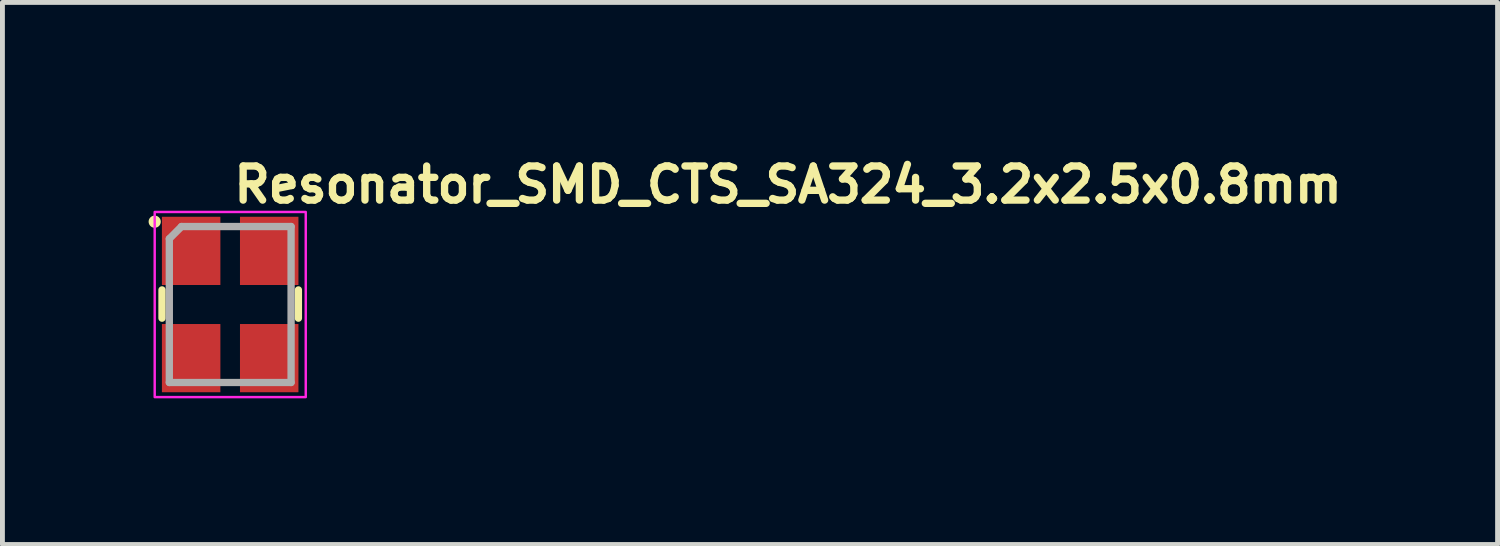
<source format=kicad_pcb>
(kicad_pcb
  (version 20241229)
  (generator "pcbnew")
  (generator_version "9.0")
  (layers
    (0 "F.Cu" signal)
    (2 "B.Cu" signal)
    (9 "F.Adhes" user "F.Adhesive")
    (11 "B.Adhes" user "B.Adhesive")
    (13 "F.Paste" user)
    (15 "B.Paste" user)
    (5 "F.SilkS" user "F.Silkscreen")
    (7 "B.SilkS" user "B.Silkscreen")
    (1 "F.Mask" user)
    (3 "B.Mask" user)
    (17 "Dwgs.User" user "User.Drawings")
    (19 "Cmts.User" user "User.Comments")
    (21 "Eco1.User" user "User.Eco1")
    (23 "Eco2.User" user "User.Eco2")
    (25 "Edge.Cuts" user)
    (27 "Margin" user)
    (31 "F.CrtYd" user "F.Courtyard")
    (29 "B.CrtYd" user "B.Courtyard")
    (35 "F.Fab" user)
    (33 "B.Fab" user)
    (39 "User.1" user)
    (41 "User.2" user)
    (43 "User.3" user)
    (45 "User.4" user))
  (footprint "Resonator_SMD_CTS_SA324_3.2x2.5x0.8mm"
    (layer "F.Cu")
    (at 1.675 3.2)
    (property "Reference" "Resonator_SMD_CTS_SA324_3.2x2.5x0.8mm" (at 0 -2.05 0) (layer "F.SilkS") (effects (font (size 0.7 0.7) (thickness 0.15)) (justify left bottom)))
    (attr smd)
    (fp_line (start -1.4 -0.3) (end -1.4 0.28) (stroke (width 0.15) (type solid)) (layer "F.SilkS"))
    (fp_line (start 1.399 -0.3) (end 1.399 0.28) (stroke (width 0.15) (type solid)) (layer "F.SilkS"))
    (fp_circle (center -1.55 -1.7) (end -1.5 -1.7) (stroke (width 0.15) (type solid)) (fill yes) (layer "F.SilkS"))
    (fp_rect (start -1.55 -1.9) (end 1.55 1.9) (stroke (width 0.05) (type solid)) (fill no) (layer "F.CrtYd"))
    (fp_line (start -1.25 -1.35) (end -1.25 1.6) (stroke (width 0.15) (type solid)) (layer "F.Fab"))
    (fp_line (start -1.25 -1.35) (end -1 -1.601) (stroke (width 0.15) (type solid)) (layer "F.Fab"))
    (fp_line (start -1 -1.601) (end 1.249 -1.601) (stroke (width 0.15) (type solid)) (layer "F.Fab"))
    (fp_line (start 1.249 -1.601) (end 1.249 1.6) (stroke (width 0.15) (type solid)) (layer "F.Fab"))
    (fp_line (start 1.249 1.6) (end -1.25 1.6) (stroke (width 0.15) (type solid)) (layer "F.Fab"))
    (fp_rect (start -1.25 -1.601) (end 1.249 1.6) (stroke (width 0.1) (type solid)) (fill no) (layer "User.5"))
    (fp_line (start -1.25 -1.414) (end -1.25 1.411) (stroke (width 0.02) (type solid)) (layer "User.9"))
    (fp_line (start -1.25 -1.414) (end -1.242 -1.414) (stroke (width 0.02) (type solid)) (layer "User.9"))
    (fp_line (start -1.25 1.411) (end -1.242 1.411) (stroke (width 0.02) (type solid)) (layer "User.9"))
    (fp_line (start -1.242 -1.414) (end -1.232 -1.414) (stroke (width 0.02) (type solid)) (layer "User.9"))
    (fp_line (start -1.242 1.411) (end -1.232 1.413) (stroke (width 0.02) (type solid)) (layer "User.9"))
    (fp_line (start -1.232 -1.414) (end -1.224 -1.416) (stroke (width 0.02) (type solid)) (layer "User.9"))
    (fp_line (start -1.232 1.413) (end -1.224 1.413) (stroke (width 0.02) (type solid)) (layer "User.9"))
    (fp_line (start -1.224 -1.416) (end -1.214 -1.418) (stroke (width 0.02) (type solid)) (layer "User.9"))
    (fp_line (start -1.224 1.413) (end -1.214 1.415) (stroke (width 0.02) (type solid)) (layer "User.9"))
    (fp_line (start -1.214 -1.418) (end -1.206 -1.42) (stroke (width 0.02) (type solid)) (layer "User.9"))
    (fp_line (start -1.214 1.415) (end -1.206 1.417) (stroke (width 0.02) (type solid)) (layer "User.9"))
    (fp_line (start -1.206 -1.42) (end -1.196 -1.422) (stroke (width 0.02) (type solid)) (layer "User.9"))
    (fp_line (start -1.206 1.417) (end -1.196 1.419) (stroke (width 0.02) (type solid)) (layer "User.9"))
    (fp_line (start -1.196 -1.422) (end -1.188 -1.424) (stroke (width 0.02) (type solid)) (layer "User.9"))
    (fp_line (start -1.196 1.419) (end -1.188 1.423) (stroke (width 0.02) (type solid)) (layer "User.9"))
    (fp_line (start -1.188 -1.424) (end -1.18 -1.428) (stroke (width 0.02) (type solid)) (layer "User.9"))
    (fp_line (start -1.188 1.423) (end -1.18 1.425) (stroke (width 0.02) (type solid)) (layer "User.9"))
    (fp_line (start -1.18 -1.428) (end -1.17 -1.432) (stroke (width 0.02) (type solid)) (layer "User.9"))
    (fp_line (start -1.18 1.425) (end -1.17 1.429) (stroke (width 0.02) (type solid)) (layer "User.9"))
    (fp_line (start -1.17 -1.432) (end -1.162 -1.436) (stroke (width 0.02) (type solid)) (layer "User.9"))
    (fp_line (start -1.17 1.429) (end -1.162 1.433) (stroke (width 0.02) (type solid)) (layer "User.9"))
    (fp_line (start -1.162 -1.436) (end -1.154 -1.44) (stroke (width 0.02) (type solid)) (layer "User.9"))
    (fp_line (start -1.162 1.433) (end -1.154 1.439) (stroke (width 0.02) (type solid)) (layer "User.9"))
    (fp_line (start -1.154 -1.44) (end -1.147 -1.446) (stroke (width 0.02) (type solid)) (layer "User.9"))
    (fp_line (start -1.154 1.439) (end -1.147 1.443) (stroke (width 0.02) (type solid)) (layer "User.9"))
    (fp_line (start -1.147 -1.446) (end -1.139 -1.45) (stroke (width 0.02) (type solid)) (layer "User.9"))
    (fp_line (start -1.147 1.443) (end -1.139 1.449) (stroke (width 0.02) (type solid)) (layer "User.9"))
    (fp_line (start -1.139 -1.45) (end -1.133 -1.456) (stroke (width 0.02) (type solid)) (layer "User.9"))
    (fp_line (start -1.139 1.449) (end -1.133 1.453) (stroke (width 0.02) (type solid)) (layer "User.9"))
    (fp_line (start -1.133 -1.456) (end -1.125 -1.462) (stroke (width 0.02) (type solid)) (layer "User.9"))
    (fp_line (start -1.133 1.453) (end -1.125 1.461) (stroke (width 0.02) (type solid)) (layer "User.9"))
    (fp_line (start -1.125 -1.462) (end -1.119 -1.468) (stroke (width 0.02) (type solid)) (layer "User.9"))
    (fp_line (start -1.125 -1.307) (end -1.123 -1.317) (stroke (width 0.02) (type solid)) (layer "User.9"))
    (fp_line (start -1.125 -1.297) (end -1.125 -1.307) (stroke (width 0.02) (type solid)) (layer "User.9"))
    (fp_line (start -1.125 -1.289) (end -1.125 -1.297) (stroke (width 0.02) (type solid)) (layer "User.9"))
    (fp_line (start -1.125 1.286) (end -1.125 -1.289) (stroke (width 0.02) (type solid)) (layer "User.9"))
    (fp_line (start -1.125 1.296) (end -1.125 1.286) (stroke (width 0.02) (type solid)) (layer "User.9"))
    (fp_line (start -1.125 1.306) (end -1.125 1.296) (stroke (width 0.02) (type solid)) (layer "User.9"))
    (fp_line (start -1.125 1.461) (end -1.119 1.467) (stroke (width 0.02) (type solid)) (layer "User.9"))
    (fp_line (start -1.123 -1.325) (end -1.121 -1.335) (stroke (width 0.02) (type solid)) (layer "User.9"))
    (fp_line (start -1.123 -1.317) (end -1.123 -1.325) (stroke (width 0.02) (type solid)) (layer "User.9"))
    (fp_line (start -1.123 1.314) (end -1.125 1.306) (stroke (width 0.02) (type solid)) (layer "User.9"))
    (fp_line (start -1.123 1.324) (end -1.123 1.314) (stroke (width 0.02) (type solid)) (layer "User.9"))
    (fp_line (start -1.121 -1.335) (end -1.117 -1.343) (stroke (width 0.02) (type solid)) (layer "User.9"))
    (fp_line (start -1.121 1.332) (end -1.123 1.324) (stroke (width 0.02) (type solid)) (layer "User.9"))
    (fp_line (start -1.119 -1.468) (end -1.119 -1.468) (stroke (width 0.02) (type solid)) (layer "User.9"))
    (fp_line (start -1.119 -1.468) (end -1.113 -1.476) (stroke (width 0.02) (type solid)) (layer "User.9"))
    (fp_line (start -1.119 1.467) (end -1.119 1.467) (stroke (width 0.02) (type solid)) (layer "User.9"))
    (fp_line (start -1.119 1.467) (end -1.113 1.473) (stroke (width 0.02) (type solid)) (layer "User.9"))
    (fp_line (start -1.117 -1.343) (end -1.115 -1.351) (stroke (width 0.02) (type solid)) (layer "User.9"))
    (fp_line (start -1.117 1.342) (end -1.121 1.332) (stroke (width 0.02) (type solid)) (layer "User.9"))
    (fp_line (start -1.115 -1.351) (end -1.111 -1.361) (stroke (width 0.02) (type solid)) (layer "User.9"))
    (fp_line (start -1.115 1.35) (end -1.117 1.342) (stroke (width 0.02) (type solid)) (layer "User.9"))
    (fp_line (start -1.113 -1.476) (end -1.105 -1.482) (stroke (width 0.02) (type solid)) (layer "User.9"))
    (fp_line (start -1.113 1.473) (end -1.105 1.481) (stroke (width 0.02) (type solid)) (layer "User.9"))
    (fp_line (start -1.111 -1.361) (end -1.109 -1.369) (stroke (width 0.02) (type solid)) (layer "User.9"))
    (fp_line (start -1.111 1.358) (end -1.115 1.35) (stroke (width 0.02) (type solid)) (layer "User.9"))
    (fp_line (start -1.109 -1.369) (end -1.103 -1.377) (stroke (width 0.02) (type solid)) (layer "User.9"))
    (fp_line (start -1.109 1.366) (end -1.111 1.358) (stroke (width 0.02) (type solid)) (layer "User.9"))
    (fp_line (start -1.105 -1.482) (end -1.101 -1.49) (stroke (width 0.02) (type solid)) (layer "User.9"))
    (fp_line (start -1.105 1.481) (end -1.101 1.487) (stroke (width 0.02) (type solid)) (layer "User.9"))
    (fp_line (start -1.103 -1.377) (end -1.099 -1.385) (stroke (width 0.02) (type solid)) (layer "User.9"))
    (fp_line (start -1.103 1.374) (end -1.109 1.366) (stroke (width 0.02) (type solid)) (layer "User.9"))
    (fp_line (start -1.101 -1.49) (end -1.095 -1.496) (stroke (width 0.02) (type solid)) (layer "User.9"))
    (fp_line (start -1.101 1.487) (end -1.095 1.495) (stroke (width 0.02) (type solid)) (layer "User.9"))
    (fp_line (start -1.099 -1.385) (end -1.095 -1.393) (stroke (width 0.02) (type solid)) (layer "User.9"))
    (fp_line (start -1.099 1.382) (end -1.103 1.374) (stroke (width 0.02) (type solid)) (layer "User.9"))
    (fp_line (start -1.095 -1.496) (end -1.091 -1.504) (stroke (width 0.02) (type solid)) (layer "User.9"))
    (fp_line (start -1.095 -1.393) (end -1.089 -1.401) (stroke (width 0.02) (type solid)) (layer "User.9"))
    (fp_line (start -1.095 1.39) (end -1.099 1.382) (stroke (width 0.02) (type solid)) (layer "User.9"))
    (fp_line (start -1.095 1.495) (end -1.091 1.503) (stroke (width 0.02) (type solid)) (layer "User.9"))
    (fp_line (start -1.091 -1.504) (end -1.085 -1.512) (stroke (width 0.02) (type solid)) (layer "User.9"))
    (fp_line (start -1.091 1.503) (end -1.085 1.511) (stroke (width 0.02) (type solid)) (layer "User.9"))
    (fp_line (start -1.089 -1.401) (end -1.083 -1.407) (stroke (width 0.02) (type solid)) (layer "User.9"))
    (fp_line (start -1.089 1.398) (end -1.095 1.39) (stroke (width 0.02) (type solid)) (layer "User.9"))
    (fp_line (start -1.085 -1.512) (end -1.081 -1.52) (stroke (width 0.02) (type solid)) (layer "User.9"))
    (fp_line (start -1.085 1.511) (end -1.081 1.519) (stroke (width 0.02) (type solid)) (layer "User.9"))
    (fp_line (start -1.083 -1.407) (end -1.077 -1.414) (stroke (width 0.02) (type solid)) (layer "User.9"))
    (fp_line (start -1.083 1.406) (end -1.089 1.398) (stroke (width 0.02) (type solid)) (layer "User.9"))
    (fp_line (start -1.081 -1.52) (end -1.077 -1.53) (stroke (width 0.02) (type solid)) (layer "User.9"))
    (fp_line (start -1.081 1.519) (end -1.077 1.527) (stroke (width 0.02) (type solid)) (layer "User.9"))
    (fp_line (start -1.077 -1.53) (end -1.075 -1.537) (stroke (width 0.02) (type solid)) (layer "User.9"))
    (fp_line (start -1.077 -1.414) (end -1.071 -1.422) (stroke (width 0.02) (type solid)) (layer "User.9"))
    (fp_line (start -1.077 1.413) (end -1.083 1.406) (stroke (width 0.02) (type solid)) (layer "User.9"))
    (fp_line (start -1.077 1.527) (end -1.075 1.536) (stroke (width 0.02) (type solid)) (layer "User.9"))
    (fp_line (start -1.075 -1.537) (end -1.071 -1.547) (stroke (width 0.02) (type solid)) (layer "User.9"))
    (fp_line (start -1.075 1.536) (end -1.071 1.544) (stroke (width 0.02) (type solid)) (layer "User.9"))
    (fp_line (start -1.071 -1.547) (end -1.069 -1.555) (stroke (width 0.02) (type solid)) (layer "User.9"))
    (fp_line (start -1.071 -1.422) (end -1.071 -1.422) (stroke (width 0.02) (type solid)) (layer "User.9"))
    (fp_line (start -1.071 -1.422) (end -1.065 -1.428) (stroke (width 0.02) (type solid)) (layer "User.9"))
    (fp_line (start -1.071 1.419) (end -1.077 1.413) (stroke (width 0.02) (type solid)) (layer "User.9"))
    (fp_line (start -1.071 1.419) (end -1.071 1.419) (stroke (width 0.02) (type solid)) (layer "User.9"))
    (fp_line (start -1.071 1.544) (end -1.069 1.554) (stroke (width 0.02) (type solid)) (layer "User.9"))
    (fp_line (start -1.069 -1.555) (end -1.067 -1.565) (stroke (width 0.02) (type solid)) (layer "User.9"))
    (fp_line (start -1.069 1.554) (end -1.067 1.562) (stroke (width 0.02) (type solid)) (layer "User.9"))
    (fp_line (start -1.067 -1.565) (end -1.065 -1.573) (stroke (width 0.02) (type solid)) (layer "User.9"))
    (fp_line (start -1.067 1.562) (end -1.065 1.572) (stroke (width 0.02) (type solid)) (layer "User.9"))
    (fp_line (start -1.065 -1.583) (end -1.063 -1.591) (stroke (width 0.02) (type solid)) (layer "User.9"))
    (fp_line (start -1.065 -1.573) (end -1.065 -1.583) (stroke (width 0.02) (type solid)) (layer "User.9"))
    (fp_line (start -1.065 -1.428) (end -1.057 -1.434) (stroke (width 0.02) (type solid)) (layer "User.9"))
    (fp_line (start -1.065 1.425) (end -1.071 1.419) (stroke (width 0.02) (type solid)) (layer "User.9"))
    (fp_line (start -1.065 1.572) (end -1.065 1.58) (stroke (width 0.02) (type solid)) (layer "User.9"))
    (fp_line (start -1.065 1.58) (end -1.063 1.59) (stroke (width 0.02) (type solid)) (layer "User.9"))
    (fp_line (start -1.063 -1.591) (end -1.063 -1.601) (stroke (width 0.02) (type solid)) (layer "User.9"))
    (fp_line (start -1.063 -1.307) (end -1.061 -1.313) (stroke (width 0.02) (type solid)) (layer "User.9"))
    (fp_line (start -1.063 -1.301) (end -1.063 -1.307) (stroke (width 0.02) (type solid)) (layer "User.9"))
    (fp_line (start -1.063 -1.295) (end -1.063 -1.301) (stroke (width 0.02) (type solid)) (layer "User.9"))
    (fp_line (start -1.063 -1.289) (end -1.063 -1.295) (stroke (width 0.02) (type solid)) (layer "User.9"))
    (fp_line (start -1.063 1.286) (end -1.063 -1.289) (stroke (width 0.02) (type solid)) (layer "User.9"))
    (fp_line (start -1.063 1.292) (end -1.063 1.286) (stroke (width 0.02) (type solid)) (layer "User.9"))
    (fp_line (start -1.063 1.298) (end -1.063 1.292) (stroke (width 0.02) (type solid)) (layer "User.9"))
    (fp_line (start -1.063 1.304) (end -1.063 1.298) (stroke (width 0.02) (type solid)) (layer "User.9"))
    (fp_line (start -1.063 1.59) (end -1.063 1.6) (stroke (width 0.02) (type solid)) (layer "User.9"))
    (fp_line (start -1.063 1.6) (end 1.062 1.6) (stroke (width 0.02) (type solid)) (layer "User.9"))
    (fp_line (start -1.061 -1.313) (end -1.059 -1.319) (stroke (width 0.02) (type solid)) (layer "User.9"))
    (fp_line (start -1.061 1.312) (end -1.063 1.304) (stroke (width 0.02) (type solid)) (layer "User.9"))
    (fp_line (start -1.059 -1.325) (end -1.057 -1.331) (stroke (width 0.02) (type solid)) (layer "User.9"))
    (fp_line (start -1.059 -1.319) (end -1.059 -1.325) (stroke (width 0.02) (type solid)) (layer "User.9"))
    (fp_line (start -1.059 1.316) (end -1.061 1.312) (stroke (width 0.02) (type solid)) (layer "User.9"))
    (fp_line (start -1.059 1.322) (end -1.059 1.316) (stroke (width 0.02) (type solid)) (layer "User.9"))
    (fp_line (start -1.057 -1.434) (end -1.051 -1.44) (stroke (width 0.02) (type solid)) (layer "User.9"))
    (fp_line (start -1.057 -1.331) (end -1.053 -1.337) (stroke (width 0.02) (type solid)) (layer "User.9"))
    (fp_line (start -1.057 1.328) (end -1.059 1.322) (stroke (width 0.02) (type solid)) (layer "User.9"))
    (fp_line (start -1.057 1.431) (end -1.065 1.425) (stroke (width 0.02) (type solid)) (layer "User.9"))
    (fp_line (start -1.053 -1.337) (end -1.051 -1.341) (stroke (width 0.02) (type solid)) (layer "User.9"))
    (fp_line (start -1.053 1.334) (end -1.057 1.328) (stroke (width 0.02) (type solid)) (layer "User.9"))
    (fp_line (start -1.051 -1.44) (end -1.043 -1.444) (stroke (width 0.02) (type solid)) (layer "User.9"))
    (fp_line (start -1.051 -1.341) (end -1.049 -1.347) (stroke (width 0.02) (type solid)) (layer "User.9"))
    (fp_line (start -1.051 1.34) (end -1.053 1.334) (stroke (width 0.02) (type solid)) (layer "User.9"))
    (fp_line (start -1.051 1.437) (end -1.057 1.431) (stroke (width 0.02) (type solid)) (layer "User.9"))
    (fp_line (start -1.049 -1.347) (end -1.045 -1.353) (stroke (width 0.02) (type solid)) (layer "User.9"))
    (fp_line (start -1.049 1.346) (end -1.051 1.34) (stroke (width 0.02) (type solid)) (layer "User.9"))
    (fp_line (start -1.045 -1.353) (end -1.043 -1.357) (stroke (width 0.02) (type solid)) (layer "User.9"))
    (fp_line (start -1.045 1.35) (end -1.049 1.346) (stroke (width 0.02) (type solid)) (layer "User.9"))
    (fp_line (start -1.043 -1.444) (end -1.035 -1.45) (stroke (width 0.02) (type solid)) (layer "User.9"))
    (fp_line (start -1.043 -1.357) (end -1.039 -1.363) (stroke (width 0.02) (type solid)) (layer "User.9"))
    (fp_line (start -1.043 1.356) (end -1.045 1.35) (stroke (width 0.02) (type solid)) (layer "User.9"))
    (fp_line (start -1.043 1.443) (end -1.051 1.437) (stroke (width 0.02) (type solid)) (layer "User.9"))
    (fp_line (start -1.039 -1.363) (end -1.035 -1.367) (stroke (width 0.02) (type solid)) (layer "User.9"))
    (fp_line (start -1.039 1.36) (end -1.043 1.356) (stroke (width 0.02) (type solid)) (layer "User.9"))
    (fp_line (start -1.035 -1.45) (end -1.027 -1.454) (stroke (width 0.02) (type solid)) (layer "User.9"))
    (fp_line (start -1.035 -1.367) (end -1.031 -1.373) (stroke (width 0.02) (type solid)) (layer "User.9"))
    (fp_line (start -1.035 1.366) (end -1.039 1.36) (stroke (width 0.02) (type solid)) (layer "User.9"))
    (fp_line (start -1.035 1.447) (end -1.043 1.443) (stroke (width 0.02) (type solid)) (layer "User.9"))
    (fp_line (start -1.031 -1.373) (end -1.027 -1.377) (stroke (width 0.02) (type solid)) (layer "User.9"))
    (fp_line (start -1.031 1.37) (end -1.035 1.366) (stroke (width 0.02) (type solid)) (layer "User.9"))
    (fp_line (start -1.027 -1.454) (end -1.018 -1.458) (stroke (width 0.02) (type solid)) (layer "User.9"))
    (fp_line (start -1.027 -1.377) (end -1.027 -1.377) (stroke (width 0.02) (type solid)) (layer "User.9"))
    (fp_line (start -1.027 -1.377) (end -1.022 -1.381) (stroke (width 0.02) (type solid)) (layer "User.9"))
    (fp_line (start -1.027 1.374) (end -1.031 1.37) (stroke (width 0.02) (type solid)) (layer "User.9"))
    (fp_line (start -1.027 1.374) (end -1.027 1.374) (stroke (width 0.02) (type solid)) (layer "User.9"))
    (fp_line (start -1.027 1.451) (end -1.035 1.447) (stroke (width 0.02) (type solid)) (layer "User.9"))
    (fp_line (start -1.022 -1.381) (end -1.018 -1.385) (stroke (width 0.02) (type solid)) (layer "User.9"))
    (fp_line (start -1.022 1.38) (end -1.027 1.374) (stroke (width 0.02) (type solid)) (layer "User.9"))
    (fp_line (start -1.018 -1.458) (end -1.01 -1.462) (stroke (width 0.02) (type solid)) (layer "User.9"))
    (fp_line (start -1.018 -1.385) (end -1.012 -1.389) (stroke (width 0.02) (type solid)) (layer "User.9"))
    (fp_line (start -1.018 1.384) (end -1.022 1.38) (stroke (width 0.02) (type solid)) (layer "User.9"))
    (fp_line (start -1.018 1.457) (end -1.027 1.451) (stroke (width 0.02) (type solid)) (layer "User.9"))
    (fp_line (start -1.012 -1.389) (end -1.008 -1.393) (stroke (width 0.02) (type solid)) (layer "User.9"))
    (fp_line (start -1.012 1.386) (end -1.018 1.384) (stroke (width 0.02) (type solid)) (layer "User.9"))
    (fp_line (start -1.01 -1.462) (end -1.002 -1.466) (stroke (width 0.02) (type solid)) (layer "User.9"))
    (fp_line (start -1.01 1.459) (end -1.018 1.457) (stroke (width 0.02) (type solid)) (layer "User.9"))
    (fp_line (start -1.008 -1.393) (end -1.002 -1.395) (stroke (width 0.02) (type solid)) (layer "User.9"))
    (fp_line (start -1.008 1.39) (end -1.012 1.386) (stroke (width 0.02) (type solid)) (layer "User.9"))
    (fp_line (start -1.002 -1.466) (end -0.993 -1.468) (stroke (width 0.02) (type solid)) (layer "User.9"))
    (fp_line (start -1.002 -1.395) (end -0.997 -1.399) (stroke (width 0.02) (type solid)) (layer "User.9"))
    (fp_line (start -1.002 1.394) (end -1.008 1.39) (stroke (width 0.02) (type solid)) (layer "User.9"))
    (fp_line (start -1.002 1.463) (end -1.01 1.459) (stroke (width 0.02) (type solid)) (layer "User.9"))
    (fp_line (start -0.997 -1.399) (end -0.991 -1.401) (stroke (width 0.02) (type solid)) (layer "User.9"))
    (fp_line (start -0.997 1.396) (end -1.002 1.394) (stroke (width 0.02) (type solid)) (layer "User.9"))
    (fp_line (start -0.993 -1.468) (end -0.984 -1.47) (stroke (width 0.02) (type solid)) (layer "User.9"))
    (fp_line (start -0.993 1.465) (end -1.002 1.463) (stroke (width 0.02) (type solid)) (layer "User.9"))
    (fp_line (start -0.991 -1.401) (end -0.986 -1.403) (stroke (width 0.02) (type solid)) (layer "User.9"))
    (fp_line (start -0.991 1.4) (end -0.997 1.396) (stroke (width 0.02) (type solid)) (layer "User.9"))
    (fp_line (start -0.986 -1.403) (end -0.98 -1.407) (stroke (width 0.02) (type solid)) (layer "User.9"))
    (fp_line (start -0.986 1.402) (end -0.991 1.4) (stroke (width 0.02) (type solid)) (layer "User.9"))
    (fp_line (start -0.984 -1.47) (end -0.975 -1.472) (stroke (width 0.02) (type solid)) (layer "User.9"))
    (fp_line (start -0.984 1.469) (end -0.993 1.465) (stroke (width 0.02) (type solid)) (layer "User.9"))
    (fp_line (start -0.98 -1.407) (end -0.974 -1.408) (stroke (width 0.02) (type solid)) (layer "User.9"))
    (fp_line (start -0.98 1.404) (end -0.986 1.402) (stroke (width 0.02) (type solid)) (layer "User.9"))
    (fp_line (start -0.975 -1.472) (end -0.966 -1.474) (stroke (width 0.02) (type solid)) (layer "User.9"))
    (fp_line (start -0.975 1.471) (end -0.984 1.469) (stroke (width 0.02) (type solid)) (layer "User.9"))
    (fp_line (start -0.974 -1.408) (end -0.968 -1.41) (stroke (width 0.02) (type solid)) (layer "User.9"))
    (fp_line (start -0.974 1.406) (end -0.98 1.404) (stroke (width 0.02) (type solid)) (layer "User.9"))
    (fp_line (start -0.968 -1.41) (end -0.962 -1.412) (stroke (width 0.02) (type solid)) (layer "User.9"))
    (fp_line (start -0.968 1.407) (end -0.974 1.406) (stroke (width 0.02) (type solid)) (layer "User.9"))
    (fp_line (start -0.966 -1.474) (end -0.958 -1.476) (stroke (width 0.02) (type solid)) (layer "User.9"))
    (fp_line (start -0.966 1.471) (end -0.975 1.471) (stroke (width 0.02) (type solid)) (layer "User.9"))
    (fp_line (start -0.962 -1.412) (end -0.957 -1.412) (stroke (width 0.02) (type solid)) (layer "User.9"))
    (fp_line (start -0.962 1.409) (end -0.968 1.407) (stroke (width 0.02) (type solid)) (layer "User.9"))
    (fp_line (start -0.958 -1.476) (end -0.948 -1.476) (stroke (width 0.02) (type solid)) (layer "User.9"))
    (fp_line (start -0.958 1.473) (end -0.966 1.471) (stroke (width 0.02) (type solid)) (layer "User.9"))
    (fp_line (start -0.957 -1.412) (end -0.951 -1.412) (stroke (width 0.02) (type solid)) (layer "User.9"))
    (fp_line (start -0.957 1.411) (end -0.962 1.409) (stroke (width 0.02) (type solid)) (layer "User.9"))
    (fp_line (start -0.951 -1.412) (end -0.945 -1.414) (stroke (width 0.02) (type solid)) (layer "User.9"))
    (fp_line (start -0.951 1.411) (end -0.957 1.411) (stroke (width 0.02) (type solid)) (layer "User.9"))
    (fp_line (start -0.948 -1.476) (end -0.939 -1.476) (stroke (width 0.02) (type solid)) (layer "User.9"))
    (fp_line (start -0.948 1.473) (end -0.958 1.473) (stroke (width 0.02) (type solid)) (layer "User.9"))
    (fp_line (start -0.945 -1.414) (end -0.939 -1.414) (stroke (width 0.02) (type solid)) (layer "User.9"))
    (fp_line (start -0.945 1.411) (end -0.951 1.411) (stroke (width 0.02) (type solid)) (layer "User.9"))
    (fp_line (start -0.939 -1.476) (end 0.937 -1.476) (stroke (width 0.02) (type solid)) (layer "User.9"))
    (fp_line (start -0.939 -1.414) (end 0.937 -1.414) (stroke (width 0.02) (type solid)) (layer "User.9"))
    (fp_line (start -0.939 -1.244) (end -0.939 -1.242) (stroke (width 0.02) (type solid)) (layer "User.9"))
    (fp_line (start -0.939 -1.244) (end -0.939 -1.242) (stroke (width 0.02) (type solid)) (layer "User.9"))
    (fp_line (start -0.939 -1.242) (end -0.939 -1.238) (stroke (width 0.02) (type solid)) (layer "User.9"))
    (fp_line (start -0.939 -1.242) (end -0.939 -1.238) (stroke (width 0.02) (type solid)) (layer "User.9"))
    (fp_line (start -0.939 -1.238) (end -0.939 -1.236) (stroke (width 0.02) (type solid)) (layer "User.9"))
    (fp_line (start -0.939 -1.238) (end -0.939 -1.236) (stroke (width 0.02) (type solid)) (layer "User.9"))
    (fp_line (start -0.939 -1.236) (end -0.939 -1.232) (stroke (width 0.02) (type solid)) (layer "User.9"))
    (fp_line (start -0.939 -1.236) (end -0.939 -1.232) (stroke (width 0.02) (type solid)) (layer "User.9"))
    (fp_line (start -0.939 -1.232) (end -0.938 -1.228) (stroke (width 0.02) (type solid)) (layer "User.9"))
    (fp_line (start -0.939 -1.232) (end -0.938 -1.228) (stroke (width 0.02) (type solid)) (layer "User.9"))
    (fp_line (start -0.939 1.411) (end -0.945 1.411) (stroke (width 0.02) (type solid)) (layer "User.9"))
    (fp_line (start -0.939 1.475) (end -0.948 1.473) (stroke (width 0.02) (type solid)) (layer "User.9"))
    (fp_line (start -0.938 -1.248) (end -0.939 -1.244) (stroke (width 0.02) (type solid)) (layer "User.9"))
    (fp_line (start -0.938 -1.248) (end -0.939 -1.244) (stroke (width 0.02) (type solid)) (layer "User.9"))
    (fp_line (start -0.938 -1.228) (end -0.937 -1.226) (stroke (width 0.02) (type solid)) (layer "User.9"))
    (fp_line (start -0.938 -1.228) (end -0.937 -1.226) (stroke (width 0.02) (type solid)) (layer "User.9"))
    (fp_line (start -0.937 -1.252) (end -0.938 -1.248) (stroke (width 0.02) (type solid)) (layer "User.9"))
    (fp_line (start -0.937 -1.252) (end -0.938 -1.248) (stroke (width 0.02) (type solid)) (layer "User.9"))
    (fp_line (start -0.937 -1.226) (end -0.936 -1.222) (stroke (width 0.02) (type solid)) (layer "User.9"))
    (fp_line (start -0.937 -1.226) (end -0.936 -1.222) (stroke (width 0.02) (type solid)) (layer "User.9"))
    (fp_line (start -0.936 -1.254) (end -0.937 -1.252) (stroke (width 0.02) (type solid)) (layer "User.9"))
    (fp_line (start -0.936 -1.254) (end -0.937 -1.252) (stroke (width 0.02) (type solid)) (layer "User.9"))
    (fp_line (start -0.936 -1.222) (end -0.935 -1.22) (stroke (width 0.02) (type solid)) (layer "User.9"))
    (fp_line (start -0.936 -1.222) (end -0.935 -1.22) (stroke (width 0.02) (type solid)) (layer "User.9"))
    (fp_line (start -0.935 -1.258) (end -0.936 -1.254) (stroke (width 0.02) (type solid)) (layer "User.9"))
    (fp_line (start -0.935 -1.258) (end -0.936 -1.254) (stroke (width 0.02) (type solid)) (layer "User.9"))
    (fp_line (start -0.935 -1.22) (end -0.934 -1.216) (stroke (width 0.02) (type solid)) (layer "User.9"))
    (fp_line (start -0.935 -1.22) (end -0.934 -1.216) (stroke (width 0.02) (type solid)) (layer "User.9"))
    (fp_line (start -0.934 -1.26) (end -0.935 -1.258) (stroke (width 0.02) (type solid)) (layer "User.9"))
    (fp_line (start -0.934 -1.26) (end -0.935 -1.258) (stroke (width 0.02) (type solid)) (layer "User.9"))
    (fp_line (start -0.934 -1.216) (end -0.932 -1.214) (stroke (width 0.02) (type solid)) (layer "User.9"))
    (fp_line (start -0.934 -1.216) (end -0.932 -1.214) (stroke (width 0.02) (type solid)) (layer "User.9"))
    (fp_line (start -0.932 -1.264) (end -0.934 -1.26) (stroke (width 0.02) (type solid)) (layer "User.9"))
    (fp_line (start -0.932 -1.264) (end -0.934 -1.26) (stroke (width 0.02) (type solid)) (layer "User.9"))
    (fp_line (start -0.932 -1.264) (end -0.932 -1.264) (stroke (width 0.02) (type solid)) (layer "User.9"))
    (fp_line (start -0.932 -1.264) (end -0.932 -1.264) (stroke (width 0.02) (type solid)) (layer "User.9"))
    (fp_line (start -0.932 -1.214) (end -0.932 -1.214) (stroke (width 0.02) (type solid)) (layer "User.9"))
    (fp_line (start -0.932 -1.214) (end -0.932 -1.214) (stroke (width 0.02) (type solid)) (layer "User.9"))
    (fp_line (start -0.932 -1.214) (end -0.931 -1.212) (stroke (width 0.02) (type solid)) (layer "User.9"))
    (fp_line (start -0.932 -1.214) (end -0.931 -1.212) (stroke (width 0.02) (type solid)) (layer "User.9"))
    (fp_line (start -0.931 -1.266) (end -0.932 -1.264) (stroke (width 0.02) (type solid)) (layer "User.9"))
    (fp_line (start -0.931 -1.266) (end -0.932 -1.264) (stroke (width 0.02) (type solid)) (layer "User.9"))
    (fp_line (start -0.931 -1.212) (end -0.931 -1.21) (stroke (width 0.02) (type solid)) (layer "User.9"))
    (fp_line (start -0.931 -1.212) (end -0.931 -1.21) (stroke (width 0.02) (type solid)) (layer "User.9"))
    (fp_line (start -0.931 -1.21) (end -0.93 -1.21) (stroke (width 0.02) (type solid)) (layer "User.9"))
    (fp_line (start -0.931 -1.21) (end -0.93 -1.21) (stroke (width 0.02) (type solid)) (layer "User.9"))
    (fp_line (start -0.93 -1.21) (end -0.929 -1.208) (stroke (width 0.02) (type solid)) (layer "User.9"))
    (fp_line (start -0.93 -1.21) (end -0.929 -1.208) (stroke (width 0.02) (type solid)) (layer "User.9"))
    (fp_line (start -0.929 -1.27) (end -0.931 -1.266) (stroke (width 0.02) (type solid)) (layer "User.9"))
    (fp_line (start -0.929 -1.27) (end -0.931 -1.266) (stroke (width 0.02) (type solid)) (layer "User.9"))
    (fp_line (start -0.929 -1.208) (end -0.928 -1.206) (stroke (width 0.02) (type solid)) (layer "User.9"))
    (fp_line (start -0.929 -1.208) (end -0.928 -1.206) (stroke (width 0.02) (type solid)) (layer "User.9"))
    (fp_line (start -0.928 -1.206) (end -0.927 -1.206) (stroke (width 0.02) (type solid)) (layer "User.9"))
    (fp_line (start -0.928 -1.206) (end -0.927 -1.206) (stroke (width 0.02) (type solid)) (layer "User.9"))
    (fp_line (start -0.927 -1.272) (end -0.929 -1.27) (stroke (width 0.02) (type solid)) (layer "User.9"))
    (fp_line (start -0.927 -1.272) (end -0.929 -1.27) (stroke (width 0.02) (type solid)) (layer "User.9"))
    (fp_line (start -0.927 -1.206) (end -0.925 -1.204) (stroke (width 0.02) (type solid)) (layer "User.9"))
    (fp_line (start -0.927 -1.206) (end -0.925 -1.204) (stroke (width 0.02) (type solid)) (layer "User.9"))
    (fp_line (start -0.925 -1.204) (end -0.924 -1.204) (stroke (width 0.02) (type solid)) (layer "User.9"))
    (fp_line (start -0.925 -1.204) (end -0.924 -1.204) (stroke (width 0.02) (type solid)) (layer "User.9"))
    (fp_line (start -0.924 -1.274) (end -0.927 -1.272) (stroke (width 0.02) (type solid)) (layer "User.9"))
    (fp_line (start -0.924 -1.274) (end -0.927 -1.272) (stroke (width 0.02) (type solid)) (layer "User.9"))
    (fp_line (start -0.924 -1.204) (end -0.923 -1.202) (stroke (width 0.02) (type solid)) (layer "User.9"))
    (fp_line (start -0.924 -1.204) (end -0.923 -1.202) (stroke (width 0.02) (type solid)) (layer "User.9"))
    (fp_line (start -0.923 -1.202) (end -0.922 -1.2) (stroke (width 0.02) (type solid)) (layer "User.9"))
    (fp_line (start -0.923 -1.202) (end -0.922 -1.2) (stroke (width 0.02) (type solid)) (layer "User.9"))
    (fp_line (start -0.922 -1.276) (end -0.924 -1.274) (stroke (width 0.02) (type solid)) (layer "User.9"))
    (fp_line (start -0.922 -1.276) (end -0.924 -1.274) (stroke (width 0.02) (type solid)) (layer "User.9"))
    (fp_line (start -0.922 -1.2) (end -0.921 -1.2) (stroke (width 0.02) (type solid)) (layer "User.9"))
    (fp_line (start -0.922 -1.2) (end -0.921 -1.2) (stroke (width 0.02) (type solid)) (layer "User.9"))
    (fp_line (start -0.921 -1.2) (end -0.919 -1.198) (stroke (width 0.02) (type solid)) (layer "User.9"))
    (fp_line (start -0.921 -1.2) (end -0.919 -1.198) (stroke (width 0.02) (type solid)) (layer "User.9"))
    (fp_line (start -0.919 -1.278) (end -0.922 -1.276) (stroke (width 0.02) (type solid)) (layer "User.9"))
    (fp_line (start -0.919 -1.278) (end -0.922 -1.276) (stroke (width 0.02) (type solid)) (layer "User.9"))
    (fp_line (start -0.919 -1.198) (end -0.918 -1.198) (stroke (width 0.02) (type solid)) (layer "User.9"))
    (fp_line (start -0.919 -1.198) (end -0.918 -1.198) (stroke (width 0.02) (type solid)) (layer "User.9"))
    (fp_line (start -0.918 -1.198) (end -0.917 -1.196) (stroke (width 0.02) (type solid)) (layer "User.9"))
    (fp_line (start -0.918 -1.198) (end -0.917 -1.196) (stroke (width 0.02) (type solid)) (layer "User.9"))
    (fp_line (start -0.917 -1.28) (end -0.919 -1.278) (stroke (width 0.02) (type solid)) (layer "User.9"))
    (fp_line (start -0.917 -1.28) (end -0.919 -1.278) (stroke (width 0.02) (type solid)) (layer "User.9"))
    (fp_line (start -0.917 -1.196) (end -0.915 -1.196) (stroke (width 0.02) (type solid)) (layer "User.9"))
    (fp_line (start -0.917 -1.196) (end -0.915 -1.196) (stroke (width 0.02) (type solid)) (layer "User.9"))
    (fp_line (start -0.915 -1.196) (end -0.914 -1.196) (stroke (width 0.02) (type solid)) (layer "User.9"))
    (fp_line (start -0.915 -1.196) (end -0.914 -1.196) (stroke (width 0.02) (type solid)) (layer "User.9"))
    (fp_line (start -0.914 -1.281) (end -0.917 -1.28) (stroke (width 0.02) (type solid)) (layer "User.9"))
    (fp_line (start -0.914 -1.281) (end -0.917 -1.28) (stroke (width 0.02) (type solid)) (layer "User.9"))
    (fp_line (start -0.914 -1.196) (end -0.913 -1.194) (stroke (width 0.02) (type solid)) (layer "User.9"))
    (fp_line (start -0.914 -1.196) (end -0.913 -1.194) (stroke (width 0.02) (type solid)) (layer "User.9"))
    (fp_line (start -0.913 -1.194) (end -0.911 -1.194) (stroke (width 0.02) (type solid)) (layer "User.9"))
    (fp_line (start -0.913 -1.194) (end -0.911 -1.194) (stroke (width 0.02) (type solid)) (layer "User.9"))
    (fp_line (start -0.911 -1.283) (end -0.914 -1.281) (stroke (width 0.02) (type solid)) (layer "User.9"))
    (fp_line (start -0.911 -1.283) (end -0.914 -1.281) (stroke (width 0.02) (type solid)) (layer "User.9"))
    (fp_line (start -0.911 -1.194) (end -0.91 -1.192) (stroke (width 0.02) (type solid)) (layer "User.9"))
    (fp_line (start -0.911 -1.194) (end -0.91 -1.192) (stroke (width 0.02) (type solid)) (layer "User.9"))
    (fp_line (start -0.91 -1.192) (end -0.908 -1.192) (stroke (width 0.02) (type solid)) (layer "User.9"))
    (fp_line (start -0.91 -1.192) (end -0.908 -1.192) (stroke (width 0.02) (type solid)) (layer "User.9"))
    (fp_line (start -0.908 -1.285) (end -0.911 -1.283) (stroke (width 0.02) (type solid)) (layer "User.9"))
    (fp_line (start -0.908 -1.285) (end -0.911 -1.283) (stroke (width 0.02) (type solid)) (layer "User.9"))
    (fp_line (start -0.908 -1.192) (end -0.907 -1.192) (stroke (width 0.02) (type solid)) (layer "User.9"))
    (fp_line (start -0.908 -1.192) (end -0.907 -1.192) (stroke (width 0.02) (type solid)) (layer "User.9"))
    (fp_line (start -0.907 -1.192) (end -0.905 -1.192) (stroke (width 0.02) (type solid)) (layer "User.9"))
    (fp_line (start -0.907 -1.192) (end -0.905 -1.192) (stroke (width 0.02) (type solid)) (layer "User.9"))
    (fp_line (start -0.905 -1.285) (end -0.908 -1.285) (stroke (width 0.02) (type solid)) (layer "User.9"))
    (fp_line (start -0.905 -1.285) (end -0.908 -1.285) (stroke (width 0.02) (type solid)) (layer "User.9"))
    (fp_line (start -0.905 -1.192) (end -0.904 -1.19) (stroke (width 0.02) (type solid)) (layer "User.9"))
    (fp_line (start -0.905 -1.192) (end -0.904 -1.19) (stroke (width 0.02) (type solid)) (layer "User.9"))
    (fp_line (start -0.904 -1.19) (end -0.902 -1.19) (stroke (width 0.02) (type solid)) (layer "User.9"))
    (fp_line (start -0.904 -1.19) (end -0.902 -1.19) (stroke (width 0.02) (type solid)) (layer "User.9"))
    (fp_line (start -0.902 -1.287) (end -0.905 -1.285) (stroke (width 0.02) (type solid)) (layer "User.9"))
    (fp_line (start -0.902 -1.287) (end -0.905 -1.285) (stroke (width 0.02) (type solid)) (layer "User.9"))
    (fp_line (start -0.902 -1.19) (end -0.9 -1.19) (stroke (width 0.02) (type solid)) (layer "User.9"))
    (fp_line (start -0.902 -1.19) (end -0.9 -1.19) (stroke (width 0.02) (type solid)) (layer "User.9"))
    (fp_line (start -0.9 -1.19) (end -0.899 -1.19) (stroke (width 0.02) (type solid)) (layer "User.9"))
    (fp_line (start -0.9 -1.19) (end -0.899 -1.19) (stroke (width 0.02) (type solid)) (layer "User.9"))
    (fp_line (start -0.899 -1.287) (end -0.902 -1.287) (stroke (width 0.02) (type solid)) (layer "User.9"))
    (fp_line (start -0.899 -1.287) (end -0.902 -1.287) (stroke (width 0.02) (type solid)) (layer "User.9"))
    (fp_line (start -0.899 -1.19) (end -0.896 -1.19) (stroke (width 0.02) (type solid)) (layer "User.9"))
    (fp_line (start -0.899 -1.19) (end -0.896 -1.19) (stroke (width 0.02) (type solid)) (layer "User.9"))
    (fp_line (start -0.896 -1.19) (end -0.895 -1.188) (stroke (width 0.02) (type solid)) (layer "User.9"))
    (fp_line (start -0.896 -1.19) (end -0.895 -1.188) (stroke (width 0.02) (type solid)) (layer "User.9"))
    (fp_line (start -0.895 -1.289) (end -0.899 -1.287) (stroke (width 0.02) (type solid)) (layer "User.9"))
    (fp_line (start -0.895 -1.289) (end -0.899 -1.287) (stroke (width 0.02) (type solid)) (layer "User.9"))
    (fp_line (start -0.895 -1.188) (end -0.893 -1.188) (stroke (width 0.02) (type solid)) (layer "User.9"))
    (fp_line (start -0.895 -1.188) (end -0.893 -1.188) (stroke (width 0.02) (type solid)) (layer "User.9"))
    (fp_line (start -0.893 -1.188) (end -0.891 -1.188) (stroke (width 0.02) (type solid)) (layer "User.9"))
    (fp_line (start -0.893 -1.188) (end -0.891 -1.188) (stroke (width 0.02) (type solid)) (layer "User.9"))
    (fp_line (start -0.891 -1.289) (end -0.895 -1.289) (stroke (width 0.02) (type solid)) (layer "User.9"))
    (fp_line (start -0.891 -1.289) (end -0.895 -1.289) (stroke (width 0.02) (type solid)) (layer "User.9"))
    (fp_line (start -0.891 -1.188) (end -0.89 -1.188) (stroke (width 0.02) (type solid)) (layer "User.9"))
    (fp_line (start -0.891 -1.188) (end -0.89 -1.188) (stroke (width 0.02) (type solid)) (layer "User.9"))
    (fp_line (start -0.89 -1.188) (end -0.888 -1.188) (stroke (width 0.02) (type solid)) (layer "User.9"))
    (fp_line (start -0.89 -1.188) (end -0.888 -1.188) (stroke (width 0.02) (type solid)) (layer "User.9"))
    (fp_line (start -0.888 -1.289) (end -0.891 -1.289) (stroke (width 0.02) (type solid)) (layer "User.9"))
    (fp_line (start -0.888 -1.289) (end -0.891 -1.289) (stroke (width 0.02) (type solid)) (layer "User.9"))
    (fp_line (start -0.888 -1.188) (end -0.885 -1.188) (stroke (width 0.02) (type solid)) (layer "User.9"))
    (fp_line (start -0.888 -1.188) (end -0.885 -1.188) (stroke (width 0.02) (type solid)) (layer "User.9"))
    (fp_line (start -0.886 -1.289) (end -0.888 -1.289) (stroke (width 0.02) (type solid)) (layer "User.9"))
    (fp_line (start -0.886 -1.289) (end -0.888 -1.289) (stroke (width 0.02) (type solid)) (layer "User.9"))
    (fp_line (start -0.885 -1.289) (end -0.886 -1.289) (stroke (width 0.02) (type solid)) (layer "User.9"))
    (fp_line (start -0.885 -1.289) (end -0.886 -1.289) (stroke (width 0.02) (type solid)) (layer "User.9"))
    (fp_line (start -0.885 -1.188) (end -0.881 -1.188) (stroke (width 0.02) (type solid)) (layer "User.9"))
    (fp_line (start -0.885 -1.188) (end -0.881 -1.188) (stroke (width 0.02) (type solid)) (layer "User.9"))
    (fp_line (start -0.883 -1.289) (end -0.885 -1.289) (stroke (width 0.02) (type solid)) (layer "User.9"))
    (fp_line (start -0.883 -1.289) (end -0.885 -1.289) (stroke (width 0.02) (type solid)) (layer "User.9"))
    (fp_line (start -0.881 -1.289) (end -0.883 -1.289) (stroke (width 0.02) (type solid)) (layer "User.9"))
    (fp_line (start -0.881 -1.289) (end -0.883 -1.289) (stroke (width 0.02) (type solid)) (layer "User.9"))
    (fp_line (start -0.881 -1.188) (end -0.878 -1.19) (stroke (width 0.02) (type solid)) (layer "User.9"))
    (fp_line (start -0.881 -1.188) (end -0.878 -1.19) (stroke (width 0.02) (type solid)) (layer "User.9"))
    (fp_line (start -0.88 -1.287) (end -0.881 -1.289) (stroke (width 0.02) (type solid)) (layer "User.9"))
    (fp_line (start -0.88 -1.287) (end -0.881 -1.289) (stroke (width 0.02) (type solid)) (layer "User.9"))
    (fp_line (start -0.878 -1.287) (end -0.88 -1.287) (stroke (width 0.02) (type solid)) (layer "User.9"))
    (fp_line (start -0.878 -1.287) (end -0.88 -1.287) (stroke (width 0.02) (type solid)) (layer "User.9"))
    (fp_line (start -0.878 -1.19) (end -0.875 -1.19) (stroke (width 0.02) (type solid)) (layer "User.9"))
    (fp_line (start -0.878 -1.19) (end -0.875 -1.19) (stroke (width 0.02) (type solid)) (layer "User.9"))
    (fp_line (start -0.877 -1.287) (end -0.878 -1.287) (stroke (width 0.02) (type solid)) (layer "User.9"))
    (fp_line (start -0.877 -1.287) (end -0.878 -1.287) (stroke (width 0.02) (type solid)) (layer "User.9"))
    (fp_line (start -0.875 -1.287) (end -0.877 -1.287) (stroke (width 0.02) (type solid)) (layer "User.9"))
    (fp_line (start -0.875 -1.287) (end -0.877 -1.287) (stroke (width 0.02) (type solid)) (layer "User.9"))
    (fp_line (start -0.875 -1.19) (end -0.872 -1.192) (stroke (width 0.02) (type solid)) (layer "User.9"))
    (fp_line (start -0.875 -1.19) (end -0.872 -1.192) (stroke (width 0.02) (type solid)) (layer "User.9"))
    (fp_line (start -0.873 -1.287) (end -0.875 -1.287) (stroke (width 0.02) (type solid)) (layer "User.9"))
    (fp_line (start -0.873 -1.287) (end -0.875 -1.287) (stroke (width 0.02) (type solid)) (layer "User.9"))
    (fp_line (start -0.872 -1.285) (end -0.873 -1.287) (stroke (width 0.02) (type solid)) (layer "User.9"))
    (fp_line (start -0.872 -1.285) (end -0.873 -1.287) (stroke (width 0.02) (type solid)) (layer "User.9"))
    (fp_line (start -0.872 -1.192) (end -0.869 -1.192) (stroke (width 0.02) (type solid)) (layer "User.9"))
    (fp_line (start -0.872 -1.192) (end -0.869 -1.192) (stroke (width 0.02) (type solid)) (layer "User.9"))
    (fp_line (start -0.87 -1.285) (end -0.872 -1.285) (stroke (width 0.02) (type solid)) (layer "User.9"))
    (fp_line (start -0.87 -1.285) (end -0.872 -1.285) (stroke (width 0.02) (type solid)) (layer "User.9"))
    (fp_line (start -0.869 -1.285) (end -0.87 -1.285) (stroke (width 0.02) (type solid)) (layer "User.9"))
    (fp_line (start -0.869 -1.285) (end -0.87 -1.285) (stroke (width 0.02) (type solid)) (layer "User.9"))
    (fp_line (start -0.869 -1.192) (end -0.866 -1.194) (stroke (width 0.02) (type solid)) (layer "User.9"))
    (fp_line (start -0.869 -1.192) (end -0.866 -1.194) (stroke (width 0.02) (type solid)) (layer "User.9"))
    (fp_line (start -0.867 -1.285) (end -0.869 -1.285) (stroke (width 0.02) (type solid)) (layer "User.9"))
    (fp_line (start -0.867 -1.285) (end -0.869 -1.285) (stroke (width 0.02) (type solid)) (layer "User.9"))
    (fp_line (start -0.866 -1.283) (end -0.867 -1.285) (stroke (width 0.02) (type solid)) (layer "User.9"))
    (fp_line (start -0.866 -1.283) (end -0.867 -1.285) (stroke (width 0.02) (type solid)) (layer "User.9"))
    (fp_line (start -0.866 -1.194) (end -0.863 -1.196) (stroke (width 0.02) (type solid)) (layer "User.9"))
    (fp_line (start -0.866 -1.194) (end -0.863 -1.196) (stroke (width 0.02) (type solid)) (layer "User.9"))
    (fp_line (start -0.864 -1.283) (end -0.866 -1.283) (stroke (width 0.02) (type solid)) (layer "User.9"))
    (fp_line (start -0.864 -1.283) (end -0.866 -1.283) (stroke (width 0.02) (type solid)) (layer "User.9"))
    (fp_line (start -0.863 -1.281) (end -0.864 -1.283) (stroke (width 0.02) (type solid)) (layer "User.9"))
    (fp_line (start -0.863 -1.281) (end -0.864 -1.283) (stroke (width 0.02) (type solid)) (layer "User.9"))
    (fp_line (start -0.863 -1.196) (end -0.86 -1.196) (stroke (width 0.02) (type solid)) (layer "User.9"))
    (fp_line (start -0.863 -1.196) (end -0.86 -1.196) (stroke (width 0.02) (type solid)) (layer "User.9"))
    (fp_line (start -0.862 -1.28) (end -0.863 -1.281) (stroke (width 0.02) (type solid)) (layer "User.9"))
    (fp_line (start -0.862 -1.28) (end -0.863 -1.281) (stroke (width 0.02) (type solid)) (layer "User.9"))
    (fp_line (start -0.86 -1.28) (end -0.862 -1.28) (stroke (width 0.02) (type solid)) (layer "User.9"))
    (fp_line (start -0.86 -1.28) (end -0.862 -1.28) (stroke (width 0.02) (type solid)) (layer "User.9"))
    (fp_line (start -0.86 -1.196) (end -0.858 -1.198) (stroke (width 0.02) (type solid)) (layer "User.9"))
    (fp_line (start -0.86 -1.196) (end -0.858 -1.198) (stroke (width 0.02) (type solid)) (layer "User.9"))
    (fp_line (start -0.859 -1.28) (end -0.86 -1.28) (stroke (width 0.02) (type solid)) (layer "User.9"))
    (fp_line (start -0.859 -1.28) (end -0.86 -1.28) (stroke (width 0.02) (type solid)) (layer "User.9"))
    (fp_line (start -0.858 -1.278) (end -0.859 -1.28) (stroke (width 0.02) (type solid)) (layer "User.9"))
    (fp_line (start -0.858 -1.278) (end -0.859 -1.28) (stroke (width 0.02) (type solid)) (layer "User.9"))
    (fp_line (start -0.858 -1.198) (end -0.855 -1.2) (stroke (width 0.02) (type solid)) (layer "User.9"))
    (fp_line (start -0.858 -1.198) (end -0.855 -1.2) (stroke (width 0.02) (type solid)) (layer "User.9"))
    (fp_line (start -0.856 -1.278) (end -0.858 -1.278) (stroke (width 0.02) (type solid)) (layer "User.9"))
    (fp_line (start -0.856 -1.278) (end -0.858 -1.278) (stroke (width 0.02) (type solid)) (layer "User.9"))
    (fp_line (start -0.855 -1.276) (end -0.856 -1.278) (stroke (width 0.02) (type solid)) (layer "User.9"))
    (fp_line (start -0.855 -1.276) (end -0.856 -1.278) (stroke (width 0.02) (type solid)) (layer "User.9"))
    (fp_line (start -0.855 -1.2) (end -0.853 -1.204) (stroke (width 0.02) (type solid)) (layer "User.9"))
    (fp_line (start -0.855 -1.2) (end -0.853 -1.204) (stroke (width 0.02) (type solid)) (layer "User.9"))
    (fp_line (start -0.854 -1.276) (end -0.855 -1.276) (stroke (width 0.02) (type solid)) (layer "User.9"))
    (fp_line (start -0.854 -1.276) (end -0.855 -1.276) (stroke (width 0.02) (type solid)) (layer "User.9"))
    (fp_line (start -0.853 -1.274) (end -0.854 -1.276) (stroke (width 0.02) (type solid)) (layer "User.9"))
    (fp_line (start -0.853 -1.274) (end -0.854 -1.276) (stroke (width 0.02) (type solid)) (layer "User.9"))
    (fp_line (start -0.853 -1.204) (end -0.85 -1.206) (stroke (width 0.02) (type solid)) (layer "User.9"))
    (fp_line (start -0.853 -1.204) (end -0.85 -1.206) (stroke (width 0.02) (type solid)) (layer "User.9"))
    (fp_line (start -0.852 -1.272) (end -0.853 -1.274) (stroke (width 0.02) (type solid)) (layer "User.9"))
    (fp_line (start -0.852 -1.272) (end -0.853 -1.274) (stroke (width 0.02) (type solid)) (layer "User.9"))
    (fp_line (start -0.85 -1.272) (end -0.852 -1.272) (stroke (width 0.02) (type solid)) (layer "User.9"))
    (fp_line (start -0.85 -1.272) (end -0.852 -1.272) (stroke (width 0.02) (type solid)) (layer "User.9"))
    (fp_line (start -0.85 -1.206) (end -0.848 -1.208) (stroke (width 0.02) (type solid)) (layer "User.9"))
    (fp_line (start -0.85 -1.206) (end -0.848 -1.208) (stroke (width 0.02) (type solid)) (layer "User.9"))
    (fp_line (start -0.849 -1.27) (end -0.85 -1.272) (stroke (width 0.02) (type solid)) (layer "User.9"))
    (fp_line (start -0.849 -1.27) (end -0.85 -1.272) (stroke (width 0.02) (type solid)) (layer "User.9"))
    (fp_line (start -0.848 -1.27) (end -0.849 -1.27) (stroke (width 0.02) (type solid)) (layer "User.9"))
    (fp_line (start -0.848 -1.27) (end -0.849 -1.27) (stroke (width 0.02) (type solid)) (layer "User.9"))
    (fp_line (start -0.848 -1.208) (end -0.846 -1.21) (stroke (width 0.02) (type solid)) (layer "User.9"))
    (fp_line (start -0.848 -1.208) (end -0.846 -1.21) (stroke (width 0.02) (type solid)) (layer "User.9"))
    (fp_line (start -0.847 -1.268) (end -0.848 -1.27) (stroke (width 0.02) (type solid)) (layer "User.9"))
    (fp_line (start -0.847 -1.268) (end -0.848 -1.27) (stroke (width 0.02) (type solid)) (layer "User.9"))
    (fp_line (start -0.846 -1.266) (end -0.847 -1.268) (stroke (width 0.02) (type solid)) (layer "User.9"))
    (fp_line (start -0.846 -1.266) (end -0.847 -1.268) (stroke (width 0.02) (type solid)) (layer "User.9"))
    (fp_line (start -0.846 -1.264) (end -0.846 -1.266) (stroke (width 0.02) (type solid)) (layer "User.9"))
    (fp_line (start -0.846 -1.264) (end -0.846 -1.266) (stroke (width 0.02) (type solid)) (layer "User.9"))
    (fp_line (start -0.846 -1.21) (end -0.845 -1.214) (stroke (width 0.02) (type solid)) (layer "User.9"))
    (fp_line (start -0.846 -1.21) (end -0.845 -1.214) (stroke (width 0.02) (type solid)) (layer "User.9"))
    (fp_line (start -0.845 -1.264) (end -0.846 -1.264) (stroke (width 0.02) (type solid)) (layer "User.9"))
    (fp_line (start -0.845 -1.264) (end -0.846 -1.264) (stroke (width 0.02) (type solid)) (layer "User.9"))
    (fp_line (start -0.845 -1.264) (end -0.845 -1.264) (stroke (width 0.02) (type solid)) (layer "User.9"))
    (fp_line (start -0.845 -1.264) (end -0.845 -1.264) (stroke (width 0.02) (type solid)) (layer "User.9"))
    (fp_line (start -0.845 -1.214) (end -0.845 -1.214) (stroke (width 0.02) (type solid)) (layer "User.9"))
    (fp_line (start -0.845 -1.214) (end -0.845 -1.214) (stroke (width 0.02) (type solid)) (layer "User.9"))
    (fp_line (start -0.845 -1.214) (end -0.843 -1.216) (stroke (width 0.02) (type solid)) (layer "User.9"))
    (fp_line (start -0.845 -1.214) (end -0.843 -1.216) (stroke (width 0.02) (type solid)) (layer "User.9"))
    (fp_line (start -0.843 -1.26) (end -0.845 -1.264) (stroke (width 0.02) (type solid)) (layer "User.9"))
    (fp_line (start -0.843 -1.26) (end -0.845 -1.264) (stroke (width 0.02) (type solid)) (layer "User.9"))
    (fp_line (start -0.843 -1.216) (end -0.842 -1.22) (stroke (width 0.02) (type solid)) (layer "User.9"))
    (fp_line (start -0.843 -1.216) (end -0.842 -1.22) (stroke (width 0.02) (type solid)) (layer "User.9"))
    (fp_line (start -0.842 -1.258) (end -0.843 -1.26) (stroke (width 0.02) (type solid)) (layer "User.9"))
    (fp_line (start -0.842 -1.258) (end -0.843 -1.26) (stroke (width 0.02) (type solid)) (layer "User.9"))
    (fp_line (start -0.842 -1.22) (end -0.841 -1.222) (stroke (width 0.02) (type solid)) (layer "User.9"))
    (fp_line (start -0.842 -1.22) (end -0.841 -1.222) (stroke (width 0.02) (type solid)) (layer "User.9"))
    (fp_line (start -0.841 -1.254) (end -0.842 -1.258) (stroke (width 0.02) (type solid)) (layer "User.9"))
    (fp_line (start -0.841 -1.254) (end -0.842 -1.258) (stroke (width 0.02) (type solid)) (layer "User.9"))
    (fp_line (start -0.841 -1.222) (end -0.84 -1.226) (stroke (width 0.02) (type solid)) (layer "User.9"))
    (fp_line (start -0.841 -1.222) (end -0.84 -1.226) (stroke (width 0.02) (type solid)) (layer "User.9"))
    (fp_line (start -0.84 -1.252) (end -0.841 -1.254) (stroke (width 0.02) (type solid)) (layer "User.9"))
    (fp_line (start -0.84 -1.252) (end -0.841 -1.254) (stroke (width 0.02) (type solid)) (layer "User.9"))
    (fp_line (start -0.84 -1.226) (end -0.839 -1.228) (stroke (width 0.02) (type solid)) (layer "User.9"))
    (fp_line (start -0.84 -1.226) (end -0.839 -1.228) (stroke (width 0.02) (type solid)) (layer "User.9"))
    (fp_line (start -0.839 -1.248) (end -0.84 -1.252) (stroke (width 0.02) (type solid)) (layer "User.9"))
    (fp_line (start -0.839 -1.248) (end -0.84 -1.252) (stroke (width 0.02) (type solid)) (layer "User.9"))
    (fp_line (start -0.839 -1.228) (end -0.838 -1.232) (stroke (width 0.02) (type solid)) (layer "User.9"))
    (fp_line (start -0.839 -1.228) (end -0.838 -1.232) (stroke (width 0.02) (type solid)) (layer "User.9"))
    (fp_line (start -0.838 -1.244) (end -0.839 -1.248) (stroke (width 0.02) (type solid)) (layer "User.9"))
    (fp_line (start -0.838 -1.244) (end -0.839 -1.248) (stroke (width 0.02) (type solid)) (layer "User.9"))
    (fp_line (start -0.838 -1.242) (end -0.838 -1.244) (stroke (width 0.02) (type solid)) (layer "User.9"))
    (fp_line (start -0.838 -1.242) (end -0.838 -1.244) (stroke (width 0.02) (type solid)) (layer "User.9"))
    (fp_line (start -0.838 -1.238) (end -0.838 -1.242) (stroke (width 0.02) (type solid)) (layer "User.9"))
    (fp_line (start -0.838 -1.238) (end -0.838 -1.242) (stroke (width 0.02) (type solid)) (layer "User.9"))
    (fp_line (start -0.838 -1.236) (end -0.838 -1.238) (stroke (width 0.02) (type solid)) (layer "User.9"))
    (fp_line (start -0.838 -1.236) (end -0.838 -1.238) (stroke (width 0.02) (type solid)) (layer "User.9"))
    (fp_line (start -0.838 -1.232) (end -0.838 -1.236) (stroke (width 0.02) (type solid)) (layer "User.9"))
    (fp_line (start -0.838 -1.232) (end -0.838 -1.236) (stroke (width 0.02) (type solid)) (layer "User.9"))
    (fp_line (start 0.937 -1.476) (end 0.946 -1.476) (stroke (width 0.02) (type solid)) (layer "User.9"))
    (fp_line (start 0.937 -1.414) (end 0.943 -1.414) (stroke (width 0.02) (type solid)) (layer "User.9"))
    (fp_line (start 0.937 1.411) (end -0.939 1.411) (stroke (width 0.02) (type solid)) (layer "User.9"))
    (fp_line (start 0.937 1.475) (end -0.939 1.475) (stroke (width 0.02) (type solid)) (layer "User.9"))
    (fp_line (start 0.943 -1.414) (end 0.949 -1.412) (stroke (width 0.02) (type solid)) (layer "User.9"))
    (fp_line (start 0.943 1.411) (end 0.937 1.411) (stroke (width 0.02) (type solid)) (layer "User.9"))
    (fp_line (start 0.946 -1.476) (end 0.956 -1.476) (stroke (width 0.02) (type solid)) (layer "User.9"))
    (fp_line (start 0.946 1.473) (end 0.937 1.475) (stroke (width 0.02) (type solid)) (layer "User.9"))
    (fp_line (start 0.949 -1.412) (end 0.955 -1.412) (stroke (width 0.02) (type solid)) (layer "User.9"))
    (fp_line (start 0.949 1.411) (end 0.943 1.411) (stroke (width 0.02) (type solid)) (layer "User.9"))
    (fp_line (start 0.955 -1.412) (end 0.96 -1.412) (stroke (width 0.02) (type solid)) (layer "User.9"))
    (fp_line (start 0.955 1.411) (end 0.949 1.411) (stroke (width 0.02) (type solid)) (layer "User.9"))
    (fp_line (start 0.956 -1.476) (end 0.964 -1.474) (stroke (width 0.02) (type solid)) (layer "User.9"))
    (fp_line (start 0.956 1.473) (end 0.946 1.473) (stroke (width 0.02) (type solid)) (layer "User.9"))
    (fp_line (start 0.96 -1.412) (end 0.966 -1.41) (stroke (width 0.02) (type solid)) (layer "User.9"))
    (fp_line (start 0.96 1.409) (end 0.955 1.411) (stroke (width 0.02) (type solid)) (layer "User.9"))
    (fp_line (start 0.964 -1.474) (end 0.973 -1.472) (stroke (width 0.02) (type solid)) (layer "User.9"))
    (fp_line (start 0.964 1.471) (end 0.956 1.473) (stroke (width 0.02) (type solid)) (layer "User.9"))
    (fp_line (start 0.966 -1.41) (end 0.972 -1.408) (stroke (width 0.02) (type solid)) (layer "User.9"))
    (fp_line (start 0.966 1.407) (end 0.96 1.409) (stroke (width 0.02) (type solid)) (layer "User.9"))
    (fp_line (start 0.972 -1.408) (end 0.978 -1.407) (stroke (width 0.02) (type solid)) (layer "User.9"))
    (fp_line (start 0.972 1.406) (end 0.966 1.407) (stroke (width 0.02) (type solid)) (layer "User.9"))
    (fp_line (start 0.973 -1.472) (end 0.982 -1.47) (stroke (width 0.02) (type solid)) (layer "User.9"))
    (fp_line (start 0.973 1.471) (end 0.964 1.471) (stroke (width 0.02) (type solid)) (layer "User.9"))
    (fp_line (start 0.978 -1.407) (end 0.984 -1.403) (stroke (width 0.02) (type solid)) (layer "User.9"))
    (fp_line (start 0.978 1.404) (end 0.972 1.406) (stroke (width 0.02) (type solid)) (layer "User.9"))
    (fp_line (start 0.982 -1.47) (end 0.991 -1.468) (stroke (width 0.02) (type solid)) (layer "User.9"))
    (fp_line (start 0.982 1.469) (end 0.973 1.471) (stroke (width 0.02) (type solid)) (layer "User.9"))
    (fp_line (start 0.984 -1.403) (end 0.989 -1.401) (stroke (width 0.02) (type solid)) (layer "User.9"))
    (fp_line (start 0.984 1.402) (end 0.978 1.404) (stroke (width 0.02) (type solid)) (layer "User.9"))
    (fp_line (start 0.989 -1.401) (end 0.995 -1.399) (stroke (width 0.02) (type solid)) (layer "User.9"))
    (fp_line (start 0.989 1.4) (end 0.984 1.402) (stroke (width 0.02) (type solid)) (layer "User.9"))
    (fp_line (start 0.991 -1.468) (end 0.999 -1.466) (stroke (width 0.02) (type solid)) (layer "User.9"))
    (fp_line (start 0.991 1.465) (end 0.982 1.469) (stroke (width 0.02) (type solid)) (layer "User.9"))
    (fp_line (start 0.995 -1.399) (end 1.001 -1.395) (stroke (width 0.02) (type solid)) (layer "User.9"))
    (fp_line (start 0.995 1.396) (end 0.989 1.4) (stroke (width 0.02) (type solid)) (layer "User.9"))
    (fp_line (start 0.999 -1.466) (end 1.009 -1.462) (stroke (width 0.02) (type solid)) (layer "User.9"))
    (fp_line (start 0.999 1.463) (end 0.991 1.465) (stroke (width 0.02) (type solid)) (layer "User.9"))
    (fp_line (start 1.001 -1.395) (end 1.005 -1.393) (stroke (width 0.02) (type solid)) (layer "User.9"))
    (fp_line (start 1.001 1.394) (end 0.995 1.396) (stroke (width 0.02) (type solid)) (layer "User.9"))
    (fp_line (start 1.005 -1.393) (end 1.011 -1.389) (stroke (width 0.02) (type solid)) (layer "User.9"))
    (fp_line (start 1.005 1.39) (end 1.001 1.394) (stroke (width 0.02) (type solid)) (layer "User.9"))
    (fp_line (start 1.009 -1.462) (end 1.017 -1.458) (stroke (width 0.02) (type solid)) (layer "User.9"))
    (fp_line (start 1.009 1.459) (end 0.999 1.463) (stroke (width 0.02) (type solid)) (layer "User.9"))
    (fp_line (start 1.011 -1.389) (end 1.015 -1.385) (stroke (width 0.02) (type solid)) (layer "User.9"))
    (fp_line (start 1.011 1.386) (end 1.005 1.39) (stroke (width 0.02) (type solid)) (layer "User.9"))
    (fp_line (start 1.015 -1.385) (end 1.021 -1.381) (stroke (width 0.02) (type solid)) (layer "User.9"))
    (fp_line (start 1.015 1.384) (end 1.011 1.386) (stroke (width 0.02) (type solid)) (layer "User.9"))
    (fp_line (start 1.017 -1.458) (end 1.024 -1.454) (stroke (width 0.02) (type solid)) (layer "User.9"))
    (fp_line (start 1.017 1.457) (end 1.009 1.459) (stroke (width 0.02) (type solid)) (layer "User.9"))
    (fp_line (start 1.021 -1.381) (end 1.024 -1.377) (stroke (width 0.02) (type solid)) (layer "User.9"))
    (fp_line (start 1.021 1.38) (end 1.015 1.384) (stroke (width 0.02) (type solid)) (layer "User.9"))
    (fp_line (start 1.024 -1.454) (end 1.032 -1.45) (stroke (width 0.02) (type solid)) (layer "User.9"))
    (fp_line (start 1.024 -1.377) (end 1.024 -1.377) (stroke (width 0.02) (type solid)) (layer "User.9"))
    (fp_line (start 1.024 -1.377) (end 1.03 -1.373) (stroke (width 0.02) (type solid)) (layer "User.9"))
    (fp_line (start 1.024 1.374) (end 1.021 1.38) (stroke (width 0.02) (type solid)) (layer "User.9"))
    (fp_line (start 1.024 1.374) (end 1.024 1.374) (stroke (width 0.02) (type solid)) (layer "User.9"))
    (fp_line (start 1.024 1.451) (end 1.017 1.457) (stroke (width 0.02) (type solid)) (layer "User.9"))
    (fp_line (start 1.03 -1.373) (end 1.034 -1.367) (stroke (width 0.02) (type solid)) (layer "User.9"))
    (fp_line (start 1.03 1.37) (end 1.024 1.374) (stroke (width 0.02) (type solid)) (layer "User.9"))
    (fp_line (start 1.032 -1.45) (end 1.04 -1.444) (stroke (width 0.02) (type solid)) (layer "User.9"))
    (fp_line (start 1.032 1.447) (end 1.024 1.451) (stroke (width 0.02) (type solid)) (layer "User.9"))
    (fp_line (start 1.034 -1.367) (end 1.036 -1.363) (stroke (width 0.02) (type solid)) (layer "User.9"))
    (fp_line (start 1.034 1.366) (end 1.03 1.37) (stroke (width 0.02) (type solid)) (layer "User.9"))
    (fp_line (start 1.036 -1.363) (end 1.04 -1.357) (stroke (width 0.02) (type solid)) (layer "User.9"))
    (fp_line (start 1.036 1.36) (end 1.034 1.366) (stroke (width 0.02) (type solid)) (layer "User.9"))
    (fp_line (start 1.04 -1.444) (end 1.048 -1.44) (stroke (width 0.02) (type solid)) (layer "User.9"))
    (fp_line (start 1.04 -1.357) (end 1.044 -1.353) (stroke (width 0.02) (type solid)) (layer "User.9"))
    (fp_line (start 1.04 1.356) (end 1.036 1.36) (stroke (width 0.02) (type solid)) (layer "User.9"))
    (fp_line (start 1.04 1.443) (end 1.032 1.447) (stroke (width 0.02) (type solid)) (layer "User.9"))
    (fp_line (start 1.044 -1.353) (end 1.046 -1.347) (stroke (width 0.02) (type solid)) (layer "User.9"))
    (fp_line (start 1.044 1.35) (end 1.04 1.356) (stroke (width 0.02) (type solid)) (layer "User.9"))
    (fp_line (start 1.046 -1.347) (end 1.05 -1.341) (stroke (width 0.02) (type solid)) (layer "User.9"))
    (fp_line (start 1.046 1.346) (end 1.044 1.35) (stroke (width 0.02) (type solid)) (layer "User.9"))
    (fp_line (start 1.048 -1.44) (end 1.056 -1.434) (stroke (width 0.02) (type solid)) (layer "User.9"))
    (fp_line (start 1.048 1.437) (end 1.04 1.443) (stroke (width 0.02) (type solid)) (layer "User.9"))
    (fp_line (start 1.05 -1.341) (end 1.052 -1.337) (stroke (width 0.02) (type solid)) (layer "User.9"))
    (fp_line (start 1.05 1.34) (end 1.046 1.346) (stroke (width 0.02) (type solid)) (layer "User.9"))
    (fp_line (start 1.052 -1.337) (end 1.054 -1.331) (stroke (width 0.02) (type solid)) (layer "User.9"))
    (fp_line (start 1.052 1.334) (end 1.05 1.34) (stroke (width 0.02) (type solid)) (layer "User.9"))
    (fp_line (start 1.054 -1.331) (end 1.056 -1.325) (stroke (width 0.02) (type solid)) (layer "User.9"))
    (fp_line (start 1.054 1.328) (end 1.052 1.334) (stroke (width 0.02) (type solid)) (layer "User.9"))
    (fp_line (start 1.056 -1.434) (end 1.062 -1.428) (stroke (width 0.02) (type solid)) (layer "User.9"))
    (fp_line (start 1.056 -1.325) (end 1.058 -1.319) (stroke (width 0.02) (type solid)) (layer "User.9"))
    (fp_line (start 1.056 1.322) (end 1.054 1.328) (stroke (width 0.02) (type solid)) (layer "User.9"))
    (fp_line (start 1.056 1.431) (end 1.048 1.437) (stroke (width 0.02) (type solid)) (layer "User.9"))
    (fp_line (start 1.058 -1.319) (end 1.06 -1.313) (stroke (width 0.02) (type solid)) (layer "User.9"))
    (fp_line (start 1.058 1.316) (end 1.056 1.322) (stroke (width 0.02) (type solid)) (layer "User.9"))
    (fp_line (start 1.06 -1.313) (end 1.06 -1.307) (stroke (width 0.02) (type solid)) (layer "User.9"))
    (fp_line (start 1.06 -1.307) (end 1.06 -1.301) (stroke (width 0.02) (type solid)) (layer "User.9"))
    (fp_line (start 1.06 -1.301) (end 1.062 -1.295) (stroke (width 0.02) (type solid)) (layer "User.9"))
    (fp_line (start 1.06 1.298) (end 1.06 1.304) (stroke (width 0.02) (type solid)) (layer "User.9"))
    (fp_line (start 1.06 1.304) (end 1.06 1.312) (stroke (width 0.02) (type solid)) (layer "User.9"))
    (fp_line (start 1.06 1.312) (end 1.058 1.316) (stroke (width 0.02) (type solid)) (layer "User.9"))
    (fp_line (start 1.062 -1.601) (end -1.063 -1.601) (stroke (width 0.02) (type solid)) (layer "User.9"))
    (fp_line (start 1.062 -1.601) (end 1.062 -1.591) (stroke (width 0.02) (type solid)) (layer "User.9"))
    (fp_line (start 1.062 -1.591) (end 1.062 -1.583) (stroke (width 0.02) (type solid)) (layer "User.9"))
    (fp_line (start 1.062 -1.583) (end 1.064 -1.573) (stroke (width 0.02) (type solid)) (layer "User.9"))
    (fp_line (start 1.062 -1.428) (end 1.07 -1.422) (stroke (width 0.02) (type solid)) (layer "User.9"))
    (fp_line (start 1.062 -1.295) (end 1.062 -1.289) (stroke (width 0.02) (type solid)) (layer "User.9"))
    (fp_line (start 1.062 -1.289) (end 1.062 1.286) (stroke (width 0.02) (type solid)) (layer "User.9"))
    (fp_line (start 1.062 1.286) (end 1.062 1.292) (stroke (width 0.02) (type solid)) (layer "User.9"))
    (fp_line (start 1.062 1.292) (end 1.06 1.298) (stroke (width 0.02) (type solid)) (layer "User.9"))
    (fp_line (start 1.062 1.425) (end 1.056 1.431) (stroke (width 0.02) (type solid)) (layer "User.9"))
    (fp_line (start 1.062 1.58) (end 1.062 1.59) (stroke (width 0.02) (type solid)) (layer "User.9"))
    (fp_line (start 1.062 1.59) (end 1.062 1.6) (stroke (width 0.02) (type solid)) (layer "User.9"))
    (fp_line (start 1.064 -1.573) (end 1.066 -1.565) (stroke (width 0.02) (type solid)) (layer "User.9"))
    (fp_line (start 1.064 1.572) (end 1.062 1.58) (stroke (width 0.02) (type solid)) (layer "User.9"))
    (fp_line (start 1.066 -1.565) (end 1.068 -1.555) (stroke (width 0.02) (type solid)) (layer "User.9"))
    (fp_line (start 1.066 1.562) (end 1.064 1.572) (stroke (width 0.02) (type solid)) (layer "User.9"))
    (fp_line (start 1.068 -1.555) (end 1.07 -1.547) (stroke (width 0.02) (type solid)) (layer "User.9"))
    (fp_line (start 1.068 1.554) (end 1.066 1.562) (stroke (width 0.02) (type solid)) (layer "User.9"))
    (fp_line (start 1.07 -1.547) (end 1.072 -1.537) (stroke (width 0.02) (type solid)) (layer "User.9"))
    (fp_line (start 1.07 -1.422) (end 1.07 -1.422) (stroke (width 0.02) (type solid)) (layer "User.9"))
    (fp_line (start 1.07 -1.422) (end 1.076 -1.414) (stroke (width 0.02) (type solid)) (layer "User.9"))
    (fp_line (start 1.07 1.419) (end 1.062 1.425) (stroke (width 0.02) (type solid)) (layer "User.9"))
    (fp_line (start 1.07 1.419) (end 1.07 1.419) (stroke (width 0.02) (type solid)) (layer "User.9"))
    (fp_line (start 1.07 1.544) (end 1.068 1.554) (stroke (width 0.02) (type solid)) (layer "User.9"))
    (fp_line (start 1.072 -1.537) (end 1.076 -1.53) (stroke (width 0.02) (type solid)) (layer "User.9"))
    (fp_line (start 1.072 1.536) (end 1.07 1.544) (stroke (width 0.02) (type solid)) (layer "User.9"))
    (fp_line (start 1.076 -1.53) (end 1.08 -1.52) (stroke (width 0.02) (type solid)) (layer "User.9"))
    (fp_line (start 1.076 -1.414) (end 1.082 -1.407) (stroke (width 0.02) (type solid)) (layer "User.9"))
    (fp_line (start 1.076 1.413) (end 1.07 1.419) (stroke (width 0.02) (type solid)) (layer "User.9"))
    (fp_line (start 1.076 1.527) (end 1.072 1.536) (stroke (width 0.02) (type solid)) (layer "User.9"))
    (fp_line (start 1.08 -1.52) (end 1.084 -1.512) (stroke (width 0.02) (type solid)) (layer "User.9"))
    (fp_line (start 1.08 1.519) (end 1.076 1.527) (stroke (width 0.02) (type solid)) (layer "User.9"))
    (fp_line (start 1.082 -1.407) (end 1.088 -1.401) (stroke (width 0.02) (type solid)) (layer "User.9"))
    (fp_line (start 1.082 1.406) (end 1.076 1.413) (stroke (width 0.02) (type solid)) (layer "User.9"))
    (fp_line (start 1.084 -1.512) (end 1.088 -1.504) (stroke (width 0.02) (type solid)) (layer "User.9"))
    (fp_line (start 1.084 1.511) (end 1.08 1.519) (stroke (width 0.02) (type solid)) (layer "User.9"))
    (fp_line (start 1.088 -1.504) (end 1.094 -1.496) (stroke (width 0.02) (type solid)) (layer "User.9"))
    (fp_line (start 1.088 -1.401) (end 1.092 -1.393) (stroke (width 0.02) (type solid)) (layer "User.9"))
    (fp_line (start 1.088 1.398) (end 1.082 1.406) (stroke (width 0.02) (type solid)) (layer "User.9"))
    (fp_line (start 1.088 1.503) (end 1.084 1.511) (stroke (width 0.02) (type solid)) (layer "User.9"))
    (fp_line (start 1.092 -1.393) (end 1.098 -1.385) (stroke (width 0.02) (type solid)) (layer "User.9"))
    (fp_line (start 1.092 1.39) (end 1.088 1.398) (stroke (width 0.02) (type solid)) (layer "User.9"))
    (fp_line (start 1.094 -1.496) (end 1.098 -1.49) (stroke (width 0.02) (type solid)) (layer "User.9"))
    (fp_line (start 1.094 1.495) (end 1.088 1.503) (stroke (width 0.02) (type solid)) (layer "User.9"))
    (fp_line (start 1.098 -1.49) (end 1.104 -1.482) (stroke (width 0.02) (type solid)) (layer "User.9"))
    (fp_line (start 1.098 -1.385) (end 1.102 -1.377) (stroke (width 0.02) (type solid)) (layer "User.9"))
    (fp_line (start 1.098 1.382) (end 1.092 1.39) (stroke (width 0.02) (type solid)) (layer "User.9"))
    (fp_line (start 1.098 1.487) (end 1.094 1.495) (stroke (width 0.02) (type solid)) (layer "User.9"))
    (fp_line (start 1.102 -1.377) (end 1.106 -1.369) (stroke (width 0.02) (type solid)) (layer "User.9"))
    (fp_line (start 1.102 1.374) (end 1.098 1.382) (stroke (width 0.02) (type solid)) (layer "User.9"))
    (fp_line (start 1.104 -1.482) (end 1.11 -1.476) (stroke (width 0.02) (type solid)) (layer "User.9"))
    (fp_line (start 1.104 1.481) (end 1.098 1.487) (stroke (width 0.02) (type solid)) (layer "User.9"))
    (fp_line (start 1.106 -1.369) (end 1.11 -1.361) (stroke (width 0.02) (type solid)) (layer "User.9"))
    (fp_line (start 1.106 1.366) (end 1.102 1.374) (stroke (width 0.02) (type solid)) (layer "User.9"))
    (fp_line (start 1.11 -1.476) (end 1.116 -1.468) (stroke (width 0.02) (type solid)) (layer "User.9"))
    (fp_line (start 1.11 -1.361) (end 1.114 -1.351) (stroke (width 0.02) (type solid)) (layer "User.9"))
    (fp_line (start 1.11 1.358) (end 1.106 1.366) (stroke (width 0.02) (type solid)) (layer "User.9"))
    (fp_line (start 1.11 1.473) (end 1.104 1.481) (stroke (width 0.02) (type solid)) (layer "User.9"))
    (fp_line (start 1.114 -1.351) (end 1.116 -1.343) (stroke (width 0.02) (type solid)) (layer "User.9"))
    (fp_line (start 1.114 1.35) (end 1.11 1.358) (stroke (width 0.02) (type solid)) (layer "User.9"))
    (fp_line (start 1.116 -1.468) (end 1.116 -1.468) (stroke (width 0.02) (type solid)) (layer "User.9"))
    (fp_line (start 1.116 -1.468) (end 1.124 -1.462) (stroke (width 0.02) (type solid)) (layer "User.9"))
    (fp_line (start 1.116 -1.343) (end 1.118 -1.335) (stroke (width 0.02) (type solid)) (layer "User.9"))
    (fp_line (start 1.116 1.342) (end 1.114 1.35) (stroke (width 0.02) (type solid)) (layer "User.9"))
    (fp_line (start 1.116 1.467) (end 1.11 1.473) (stroke (width 0.02) (type solid)) (layer "User.9"))
    (fp_line (start 1.116 1.467) (end 1.116 1.467) (stroke (width 0.02) (type solid)) (layer "User.9"))
    (fp_line (start 1.118 -1.335) (end 1.12 -1.325) (stroke (width 0.02) (type solid)) (layer "User.9"))
    (fp_line (start 1.118 1.332) (end 1.116 1.342) (stroke (width 0.02) (type solid)) (layer "User.9"))
    (fp_line (start 1.12 -1.325) (end 1.122 -1.317) (stroke (width 0.02) (type solid)) (layer "User.9"))
    (fp_line (start 1.12 1.324) (end 1.118 1.332) (stroke (width 0.02) (type solid)) (layer "User.9"))
    (fp_line (start 1.122 -1.317) (end 1.124 -1.307) (stroke (width 0.02) (type solid)) (layer "User.9"))
    (fp_line (start 1.122 1.314) (end 1.12 1.324) (stroke (width 0.02) (type solid)) (layer "User.9"))
    (fp_line (start 1.124 -1.462) (end 1.13 -1.456) (stroke (width 0.02) (type solid)) (layer "User.9"))
    (fp_line (start 1.124 -1.307) (end 1.124 -1.297) (stroke (width 0.02) (type solid)) (layer "User.9"))
    (fp_line (start 1.124 -1.297) (end 1.124 -1.289) (stroke (width 0.02) (type solid)) (layer "User.9"))
    (fp_line (start 1.124 -1.289) (end 1.124 1.286) (stroke (width 0.02) (type solid)) (layer "User.9"))
    (fp_line (start 1.124 1.286) (end 1.124 1.296) (stroke (width 0.02) (type solid)) (layer "User.9"))
    (fp_line (start 1.124 1.296) (end 1.124 1.306) (stroke (width 0.02) (type solid)) (layer "User.9"))
    (fp_line (start 1.124 1.306) (end 1.122 1.314) (stroke (width 0.02) (type solid)) (layer "User.9"))
    (fp_line (start 1.124 1.461) (end 1.116 1.467) (stroke (width 0.02) (type solid)) (layer "User.9"))
    (fp_line (start 1.13 -1.456) (end 1.138 -1.45) (stroke (width 0.02) (type solid)) (layer "User.9"))
    (fp_line (start 1.13 1.453) (end 1.124 1.461) (stroke (width 0.02) (type solid)) (layer "User.9"))
    (fp_line (start 1.138 -1.45) (end 1.144 -1.446) (stroke (width 0.02) (type solid)) (layer "User.9"))
    (fp_line (start 1.138 1.449) (end 1.13 1.453) (stroke (width 0.02) (type solid)) (layer "User.9"))
    (fp_line (start 1.144 -1.446) (end 1.153 -1.44) (stroke (width 0.02) (type solid)) (layer "User.9"))
    (fp_line (start 1.144 1.443) (end 1.138 1.449) (stroke (width 0.02) (type solid)) (layer "User.9"))
    (fp_line (start 1.153 -1.44) (end 1.161 -1.436) (stroke (width 0.02) (type solid)) (layer "User.9"))
    (fp_line (start 1.153 1.439) (end 1.144 1.443) (stroke (width 0.02) (type solid)) (layer "User.9"))
    (fp_line (start 1.161 -1.436) (end 1.169 -1.432) (stroke (width 0.02) (type solid)) (layer "User.9"))
    (fp_line (start 1.161 1.433) (end 1.153 1.439) (stroke (width 0.02) (type solid)) (layer "User.9"))
    (fp_line (start 1.169 -1.432) (end 1.177 -1.428) (stroke (width 0.02) (type solid)) (layer "User.9"))
    (fp_line (start 1.169 1.429) (end 1.161 1.433) (stroke (width 0.02) (type solid)) (layer "User.9"))
    (fp_line (start 1.177 -1.428) (end 1.185 -1.424) (stroke (width 0.02) (type solid)) (layer "User.9"))
    (fp_line (start 1.177 1.425) (end 1.169 1.429) (stroke (width 0.02) (type solid)) (layer "User.9"))
    (fp_line (start 1.185 -1.424) (end 1.195 -1.422) (stroke (width 0.02) (type solid)) (layer "User.9"))
    (fp_line (start 1.185 1.423) (end 1.177 1.425) (stroke (width 0.02) (type solid)) (layer "User.9"))
    (fp_line (start 1.195 -1.422) (end 1.203 -1.42) (stroke (width 0.02) (type solid)) (layer "User.9"))
    (fp_line (start 1.195 1.419) (end 1.185 1.423) (stroke (width 0.02) (type solid)) (layer "User.9"))
    (fp_line (start 1.203 -1.42) (end 1.213 -1.418) (stroke (width 0.02) (type solid)) (layer "User.9"))
    (fp_line (start 1.203 1.417) (end 1.195 1.419) (stroke (width 0.02) (type solid)) (layer "User.9"))
    (fp_line (start 1.213 -1.418) (end 1.221 -1.416) (stroke (width 0.02) (type solid)) (layer "User.9"))
    (fp_line (start 1.213 1.415) (end 1.203 1.417) (stroke (width 0.02) (type solid)) (layer "User.9"))
    (fp_line (start 1.221 -1.416) (end 1.231 -1.414) (stroke (width 0.02) (type solid)) (layer "User.9"))
    (fp_line (start 1.221 1.413) (end 1.213 1.415) (stroke (width 0.02) (type solid)) (layer "User.9"))
    (fp_line (start 1.231 -1.414) (end 1.239 -1.414) (stroke (width 0.02) (type solid)) (layer "User.9"))
    (fp_line (start 1.231 1.413) (end 1.221 1.413) (stroke (width 0.02) (type solid)) (layer "User.9"))
    (fp_line (start 1.239 -1.414) (end 1.249 -1.414) (stroke (width 0.02) (type solid)) (layer "User.9"))
    (fp_line (start 1.239 1.411) (end 1.231 1.413) (stroke (width 0.02) (type solid)) (layer "User.9"))
    (fp_line (start 1.249 1.411) (end 1.239 1.411) (stroke (width 0.02) (type solid)) (layer "User.9"))
    (fp_line (start 1.249 1.411) (end 1.249 -1.414) (stroke (width 0.02) (type solid)) (layer "User.9"))
    (pad "1" smd rect (at -0.802 -1.101) (size 1.2 1.4) (layers "F.Cu" "F.Mask" "F.Paste"))
    (pad "2" smd rect (at -0.802 1.1) (size 1.2 1.4) (layers "F.Cu" "F.Mask" "F.Paste"))
    (pad "3" smd rect (at 0.8 1.1) (size 1.2 1.4) (layers "F.Cu" "F.Mask" "F.Paste"))
    (pad "4" smd rect (at 0.8 -1.101) (size 1.2 1.4) (layers "F.Cu" "F.Mask" "F.Paste")))
  (gr_rect
    (start -3 -3)
    (end 27.685 8.125)
    (stroke (width 0.1) (type default))
    (fill no)
    (layer "Edge.Cuts")))
</source>
